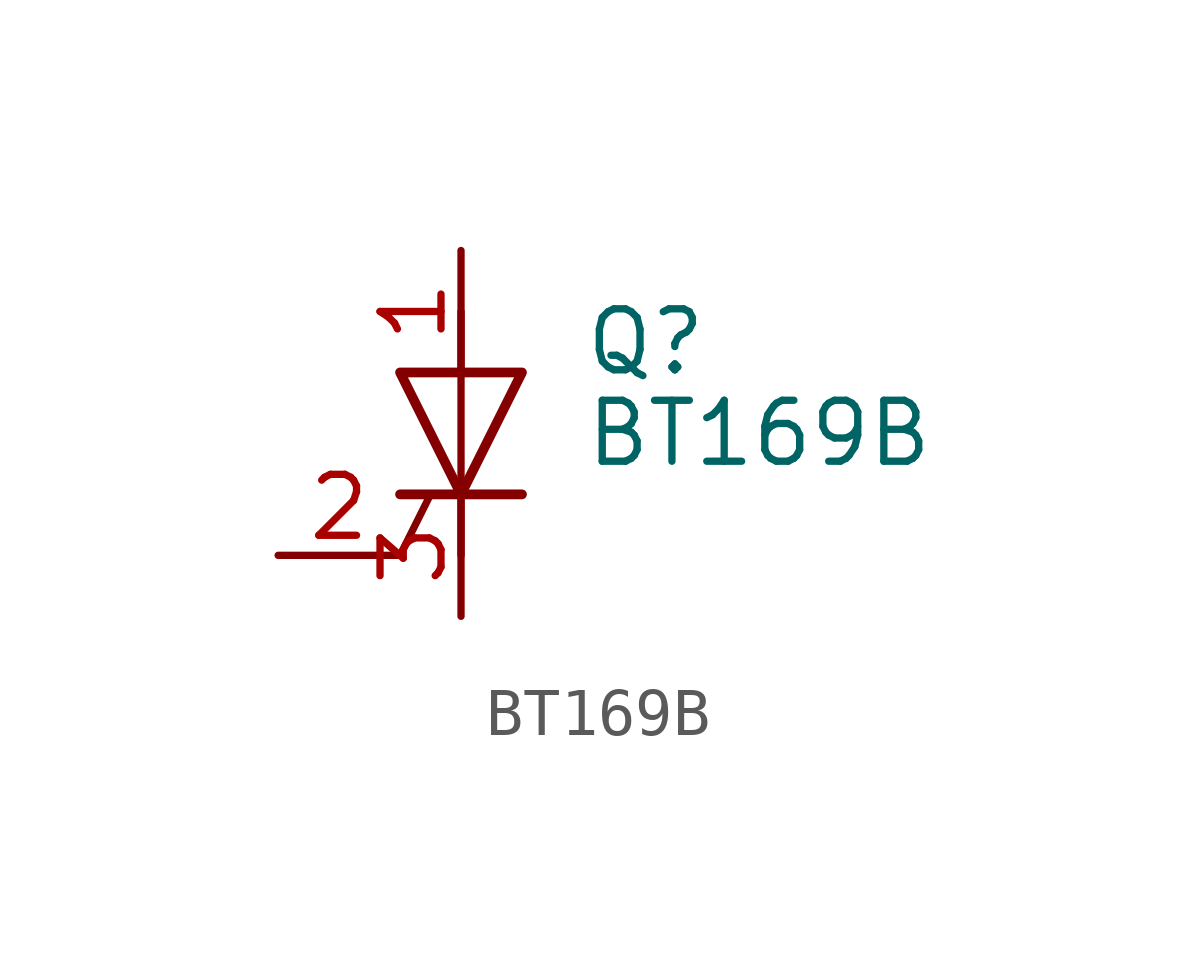
<source format=kicad_sym>
(kicad_symbol_lib
  (version 20201005)
  (generator kicad_symbol_editor)
  (symbol "BT169B"
    (pin_names
      (offset 0) hide)
    (property "Reference" "Q"
      (at 2.54 1.905 0)
      (effects (font (size 1.27 1.27)) (justify left)))
    (property "Value" "BT169B"
      (at 2.54 0 0)
      (effects (font (size 1.27 1.27)) (justify left)))
    (symbol "BT169B_0_1"
      (polyline (pts (xy -1.27 -2.54) (xy -0.635 -1.27)) (stroke (width 0)) (fill (type none)))
      (polyline (pts (xy -1.27 -1.27) (xy 1.27 -1.27)) (stroke (width 0.203)) (fill (type none)))
      (polyline (pts (xy 0 -2.54) (xy 0 2.54)) (stroke (width 0)) (fill (type none)))
      (polyline (pts (xy -1.27 1.27) (xy 1.27 1.27) (xy 0 -1.27) (xy -1.27 1.27)) (stroke (width 0.203)) (fill (type none))))
    (symbol "BT169B_1_1"
      (pin passive line (at 0 3.81 270) (length 2.54) (name "A" (effects (font (size 1.27 1.27)))) (number "1" (effects (font (size 1.27 1.27)))))
      (pin input line (at -3.81 -2.54 0) (length 2.54) (name "G" (effects (font (size 1.27 1.27)))) (number "2" (effects (font (size 1.27 1.27)))))
      (pin passive line (at 0 -3.81 90) (length 2.54) (name "K" (effects (font (size 1.27 1.27)))) (number "3" (effects (font (size 1.27 1.27))))))))
</source>
